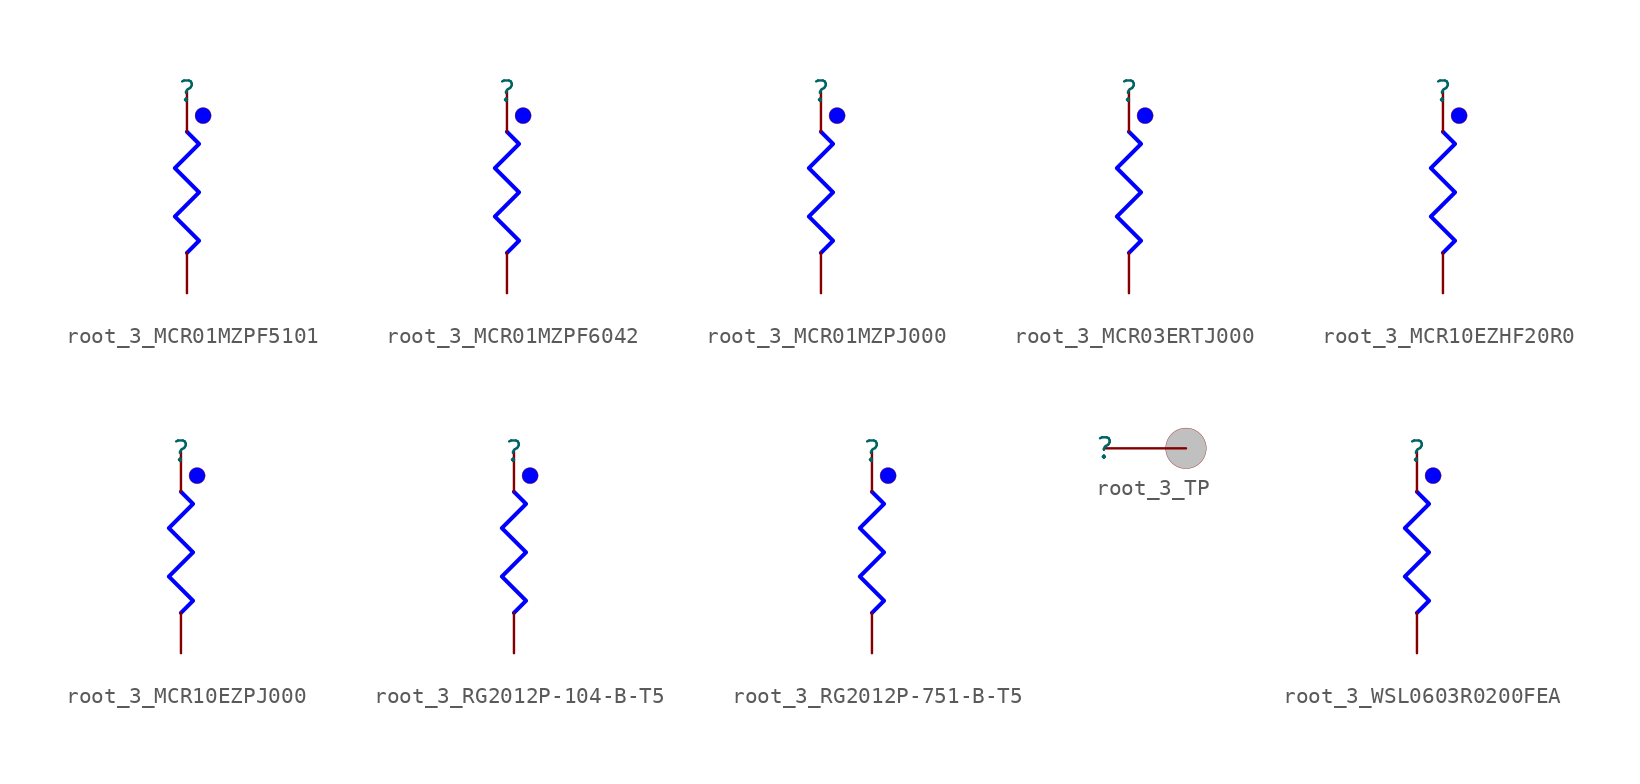
<source format=kicad_sym>
(kicad_symbol_lib
  (version 20231120)
  (generator "kicad_symbol_editor")
  (generator_version "8.0")
  (symbol "root_3_MCR01MZPF5101"
    (property "Reference" ""
      (at 0 0 0)
      (effects (font (size 1.27 1.27))))
    (property "Value" ""
      (at 0 0 0)
      (effects (font (size 1.27 1.27))))
    (symbol "root_3_MCR01MZPF5101_1_0"
      (polyline (pts (xy 0 -10.16) (xy 0.762 -9.398) (xy -0.762 -7.874) (xy 0.762 -6.35) (xy -0.762 -4.826) (xy 0.762 -3.302) (xy 0 -2.54)) (stroke (width 0.254) (type solid) (color 0 0 255 1)) (fill (type none)))
      (circle (center 1.016 -1.524) (radius 0.508) (stroke (width 0.0001) (type solid)) (fill (type color) (color 0 0 255 1)))
      (pin passive line (at 0 0 270) (length 2.54) (name "1" (effects (font (size 0 0)))) (number "1" (effects (font (size 0 0)))))
      (pin passive line (at 0 -12.7 90) (length 2.54) (name "2" (effects (font (size 0 0)))) (number "2" (effects (font (size 0 0)))))))
  (symbol "root_3_MCR01MZPF6042"
    (property "Reference" ""
      (at 0 0 0)
      (effects (font (size 1.27 1.27))))
    (property "Value" ""
      (at 0 0 0)
      (effects (font (size 1.27 1.27))))
    (symbol "root_3_MCR01MZPF6042_1_0"
      (polyline (pts (xy 0 -10.16) (xy 0.762 -9.398) (xy -0.762 -7.874) (xy 0.762 -6.35) (xy -0.762 -4.826) (xy 0.762 -3.302) (xy 0 -2.54)) (stroke (width 0.254) (type solid) (color 0 0 255 1)) (fill (type none)))
      (circle (center 1.016 -1.524) (radius 0.508) (stroke (width 0.0001) (type solid)) (fill (type color) (color 0 0 255 1)))
      (pin passive line (at 0 0 270) (length 2.54) (name "1" (effects (font (size 0 0)))) (number "1" (effects (font (size 0 0)))))
      (pin passive line (at 0 -12.7 90) (length 2.54) (name "2" (effects (font (size 0 0)))) (number "2" (effects (font (size 0 0)))))))
  (symbol "root_3_MCR01MZPJ000"
    (property "Reference" ""
      (at 0 0 0)
      (effects (font (size 1.27 1.27))))
    (property "Value" ""
      (at 0 0 0)
      (effects (font (size 1.27 1.27))))
    (symbol "root_3_MCR01MZPJ000_1_0"
      (polyline (pts (xy 0 -10.16) (xy 0.762 -9.398) (xy -0.762 -7.874) (xy 0.762 -6.35) (xy -0.762 -4.826) (xy 0.762 -3.302) (xy 0 -2.54)) (stroke (width 0.254) (type solid) (color 0 0 255 1)) (fill (type none)))
      (circle (center 1.016 -1.524) (radius 0.508) (stroke (width 0.0001) (type solid)) (fill (type color) (color 0 0 255 1)))
      (pin passive line (at 0 0 270) (length 2.54) (name "1" (effects (font (size 0 0)))) (number "1" (effects (font (size 0 0)))))
      (pin passive line (at 0 -12.7 90) (length 2.54) (name "2" (effects (font (size 0 0)))) (number "2" (effects (font (size 0 0)))))))
  (symbol "root_3_MCR03ERTJ000"
    (property "Reference" ""
      (at 0 0 0)
      (effects (font (size 1.27 1.27))))
    (property "Value" ""
      (at 0 0 0)
      (effects (font (size 1.27 1.27))))
    (symbol "root_3_MCR03ERTJ000_1_0"
      (polyline (pts (xy 0 -10.16) (xy 0.762 -9.398) (xy -0.762 -7.874) (xy 0.762 -6.35) (xy -0.762 -4.826) (xy 0.762 -3.302) (xy 0 -2.54)) (stroke (width 0.254) (type solid) (color 0 0 255 1)) (fill (type none)))
      (circle (center 1.016 -1.524) (radius 0.508) (stroke (width 0.0001) (type solid)) (fill (type color) (color 0 0 255 1)))
      (pin passive line (at 0 0 270) (length 2.54) (name "1" (effects (font (size 0 0)))) (number "1" (effects (font (size 0 0)))))
      (pin passive line (at 0 -12.7 90) (length 2.54) (name "2" (effects (font (size 0 0)))) (number "2" (effects (font (size 0 0)))))))
  (symbol "root_3_MCR10EZHF20R0"
    (property "Reference" ""
      (at 0 0 0)
      (effects (font (size 1.27 1.27))))
    (property "Value" ""
      (at 0 0 0)
      (effects (font (size 1.27 1.27))))
    (symbol "root_3_MCR10EZHF20R0_1_0"
      (polyline (pts (xy 0 -10.16) (xy 0.762 -9.398) (xy -0.762 -7.874) (xy 0.762 -6.35) (xy -0.762 -4.826) (xy 0.762 -3.302) (xy 0 -2.54)) (stroke (width 0.254) (type solid) (color 0 0 255 1)) (fill (type none)))
      (circle (center 1.016 -1.524) (radius 0.508) (stroke (width 0.0001) (type solid)) (fill (type color) (color 0 0 255 1)))
      (pin passive line (at 0 0 270) (length 2.54) (name "1" (effects (font (size 0 0)))) (number "1" (effects (font (size 0 0)))))
      (pin passive line (at 0 -12.7 90) (length 2.54) (name "2" (effects (font (size 0 0)))) (number "2" (effects (font (size 0 0)))))))
  (symbol "root_3_MCR10EZPJ000"
    (property "Reference" ""
      (at 0 0 0)
      (effects (font (size 1.27 1.27))))
    (property "Value" ""
      (at 0 0 0)
      (effects (font (size 1.27 1.27))))
    (symbol "root_3_MCR10EZPJ000_1_0"
      (polyline (pts (xy 0 -10.16) (xy 0.762 -9.398) (xy -0.762 -7.874) (xy 0.762 -6.35) (xy -0.762 -4.826) (xy 0.762 -3.302) (xy 0 -2.54)) (stroke (width 0.254) (type solid) (color 0 0 255 1)) (fill (type none)))
      (circle (center 1.016 -1.524) (radius 0.508) (stroke (width 0.0001) (type solid)) (fill (type color) (color 0 0 255 1)))
      (pin passive line (at 0 0 270) (length 2.54) (name "1" (effects (font (size 0 0)))) (number "1" (effects (font (size 0 0)))))
      (pin passive line (at 0 -12.7 90) (length 2.54) (name "2" (effects (font (size 0 0)))) (number "2" (effects (font (size 0 0)))))))
  (symbol "root_3_RG2012P-104-B-T5"
    (property "Reference" ""
      (at 0 0 0)
      (effects (font (size 1.27 1.27))))
    (property "Value" ""
      (at 0 0 0)
      (effects (font (size 1.27 1.27))))
    (symbol "root_3_RG2012P-104-B-T5_1_0"
      (polyline (pts (xy 0 -10.16) (xy 0.762 -9.398) (xy -0.762 -7.874) (xy 0.762 -6.35) (xy -0.762 -4.826) (xy 0.762 -3.302) (xy 0 -2.54)) (stroke (width 0.254) (type solid) (color 0 0 255 1)) (fill (type none)))
      (circle (center 1.016 -1.524) (radius 0.508) (stroke (width 0.0001) (type solid)) (fill (type color) (color 0 0 255 1)))
      (pin passive line (at 0 0 270) (length 2.54) (name "1" (effects (font (size 0 0)))) (number "1" (effects (font (size 0 0)))))
      (pin passive line (at 0 -12.7 90) (length 2.54) (name "2" (effects (font (size 0 0)))) (number "2" (effects (font (size 0 0)))))))
  (symbol "root_3_RG2012P-751-B-T5"
    (property "Reference" ""
      (at 0 0 0)
      (effects (font (size 1.27 1.27))))
    (property "Value" ""
      (at 0 0 0)
      (effects (font (size 1.27 1.27))))
    (symbol "root_3_RG2012P-751-B-T5_1_0"
      (polyline (pts (xy 0 -10.16) (xy 0.762 -9.398) (xy -0.762 -7.874) (xy 0.762 -6.35) (xy -0.762 -4.826) (xy 0.762 -3.302) (xy 0 -2.54)) (stroke (width 0.254) (type solid) (color 0 0 255 1)) (fill (type none)))
      (circle (center 1.016 -1.524) (radius 0.508) (stroke (width 0.0001) (type solid)) (fill (type color) (color 0 0 255 1)))
      (pin passive line (at 0 0 270) (length 2.54) (name "1" (effects (font (size 0 0)))) (number "1" (effects (font (size 0 0)))))
      (pin passive line (at 0 -12.7 90) (length 2.54) (name "2" (effects (font (size 0 0)))) (number "2" (effects (font (size 0 0)))))))
  (symbol "root_3_TP"
    (property "Reference" ""
      (at 0 0 0)
      (effects (font (size 1.27 1.27))))
    (property "Value" ""
      (at 0 0 0)
      (effects (font (size 1.27 1.27))))
    (symbol "root_3_TP_1_0"
      (circle (center 5.08 0) (radius 1.27) (stroke (width 0.0001) (type solid)) (fill (type color) (color 192 192 192 1)))
      (pin passive line (at 0 0 0) (length 5.08) (name "TP" (effects (font (size 0 0)))) (number "1" (effects (font (size 0 0)))))))
  (symbol "root_3_WSL0603R0200FEA"
    (property "Reference" ""
      (at 0 0 0)
      (effects (font (size 1.27 1.27))))
    (property "Value" ""
      (at 0 0 0)
      (effects (font (size 1.27 1.27))))
    (symbol "root_3_WSL0603R0200FEA_1_0"
      (polyline (pts (xy 0 -10.16) (xy 0.762 -9.398) (xy -0.762 -7.874) (xy 0.762 -6.35) (xy -0.762 -4.826) (xy 0.762 -3.302) (xy 0 -2.54)) (stroke (width 0.254) (type solid) (color 0 0 255 1)) (fill (type none)))
      (circle (center 1.016 -1.524) (radius 0.508) (stroke (width 0.0001) (type solid)) (fill (type color) (color 0 0 255 1)))
      (pin passive line (at 0 0 270) (length 2.54) (name "1" (effects (font (size 0 0)))) (number "1" (effects (font (size 0 0)))))
      (pin passive line (at 0 -12.7 90) (length 2.54) (name "2" (effects (font (size 0 0)))) (number "2" (effects (font (size 0 0))))))))
</source>
